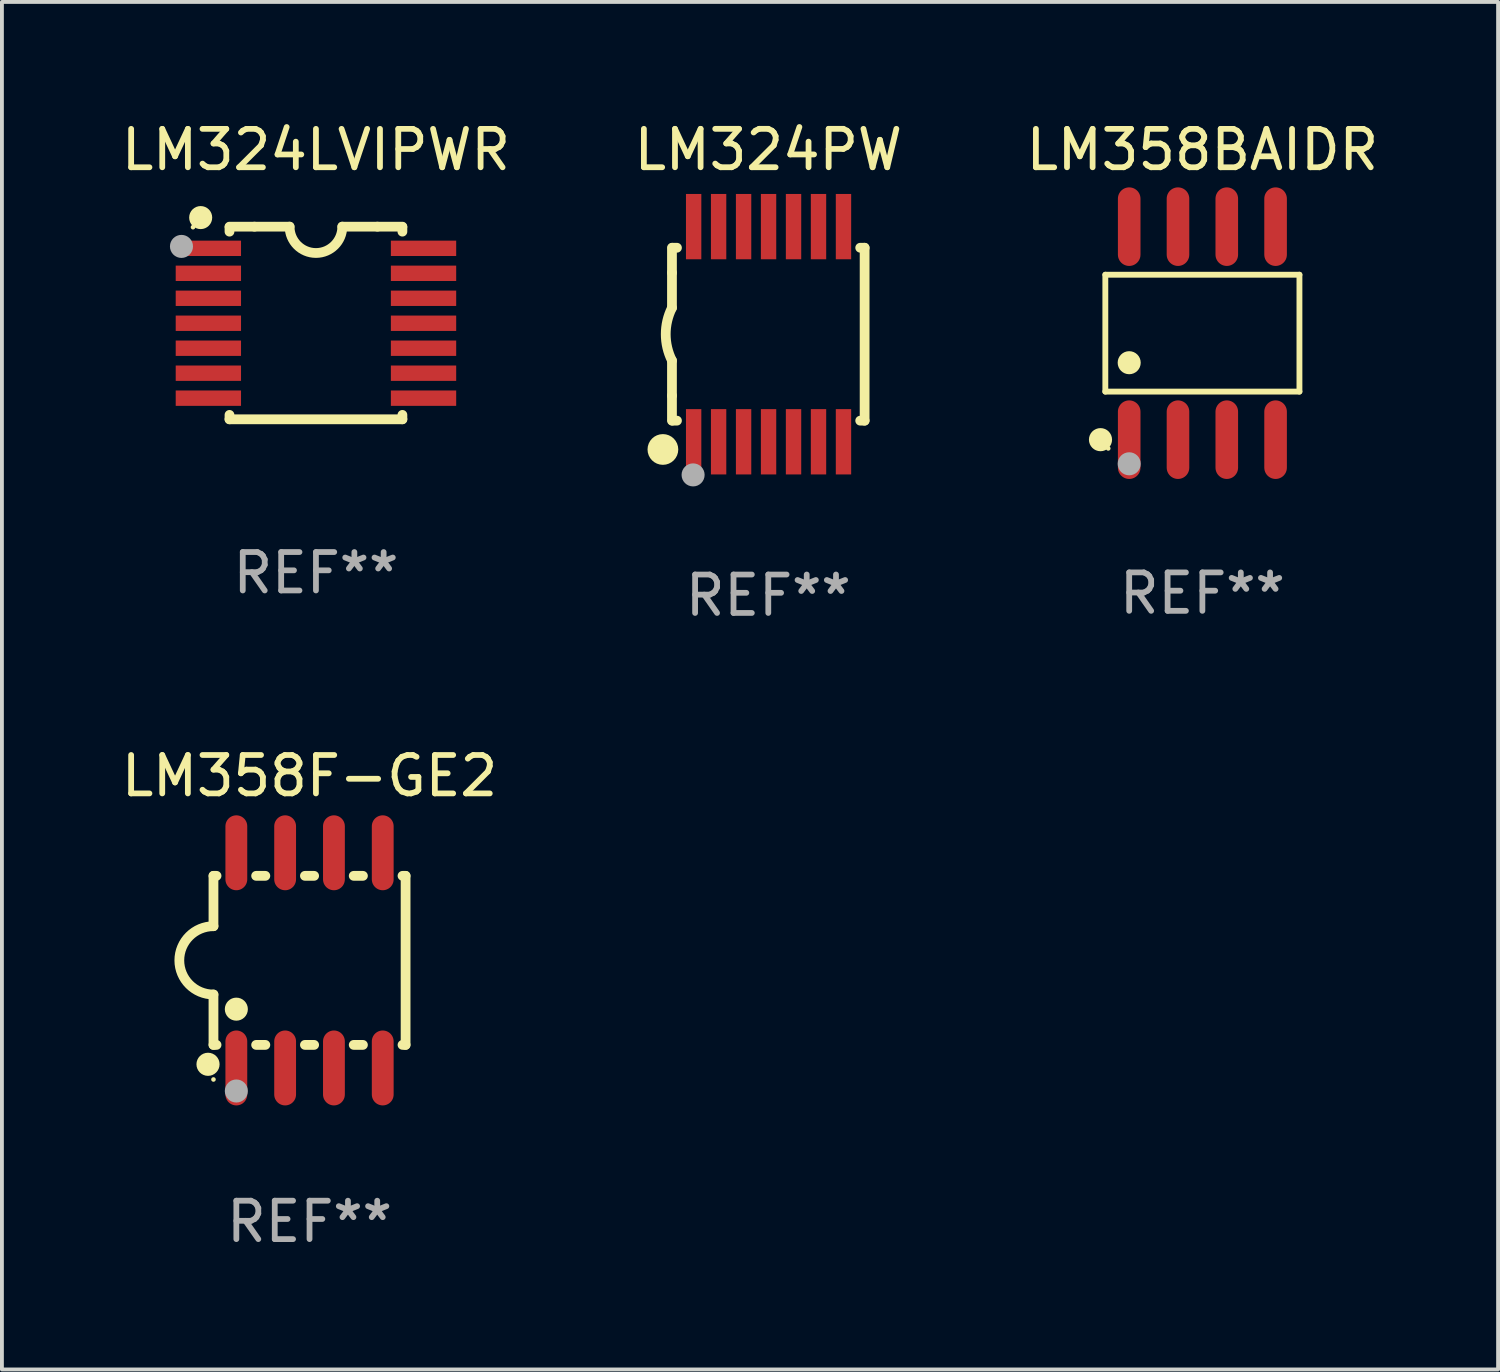
<source format=kicad_pcb>
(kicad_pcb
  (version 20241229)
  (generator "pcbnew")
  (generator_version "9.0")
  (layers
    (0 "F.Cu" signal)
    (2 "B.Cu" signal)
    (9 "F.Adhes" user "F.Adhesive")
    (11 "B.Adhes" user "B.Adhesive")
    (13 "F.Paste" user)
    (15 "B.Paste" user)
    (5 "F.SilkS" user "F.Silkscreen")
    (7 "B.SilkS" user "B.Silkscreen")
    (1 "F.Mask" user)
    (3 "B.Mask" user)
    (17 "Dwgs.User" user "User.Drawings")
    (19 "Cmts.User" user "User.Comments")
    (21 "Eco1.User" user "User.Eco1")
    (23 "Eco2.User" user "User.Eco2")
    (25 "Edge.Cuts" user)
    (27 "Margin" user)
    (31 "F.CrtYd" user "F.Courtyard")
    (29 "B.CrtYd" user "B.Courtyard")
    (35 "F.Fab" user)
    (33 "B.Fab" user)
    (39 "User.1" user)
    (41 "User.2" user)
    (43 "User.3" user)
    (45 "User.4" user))
  (footprint "LM358F-GE2"
    (layer "F.Cu")
    (at 5.006 21.945)
    (property "Reference" "LM358F-GE2" (at 0 -4.8 0) (layer "F.SilkS") (effects (font (size 1 1) (thickness 0.15))))
    (attr through_hole)
    (fp_line (start -2.5 -2.2) (end -2.5 -0.889) (stroke (width 0.254) (type solid)) (layer "F.SilkS"))
    (fp_line (start -2.5 2.2) (end -2.5 0.889) (stroke (width 0.254) (type solid)) (layer "F.SilkS"))
    (fp_line (start -2.42 -2.2) (end -2.5 -2.2) (stroke (width 0.254) (type solid)) (layer "F.SilkS"))
    (fp_line (start -2.42 2.2) (end -2.5 2.2) (stroke (width 0.254) (type solid)) (layer "F.SilkS"))
    (fp_line (start -1.15 -2.2) (end -1.39 -2.2) (stroke (width 0.254) (type solid)) (layer "F.SilkS"))
    (fp_line (start -1.15 2.2) (end -1.39 2.2) (stroke (width 0.254) (type solid)) (layer "F.SilkS"))
    (fp_line (start 0.12 -2.2) (end -0.12 -2.2) (stroke (width 0.254) (type solid)) (layer "F.SilkS"))
    (fp_line (start 0.12 2.2) (end -0.12 2.2) (stroke (width 0.254) (type solid)) (layer "F.SilkS"))
    (fp_line (start 1.39 -2.2) (end 1.15 -2.2) (stroke (width 0.254) (type solid)) (layer "F.SilkS"))
    (fp_line (start 1.39 2.2) (end 1.15 2.2) (stroke (width 0.254) (type solid)) (layer "F.SilkS"))
    (fp_line (start 2.5 -2.2) (end 2.42 -2.2) (stroke (width 0.254) (type solid)) (layer "F.SilkS"))
    (fp_line (start 2.5 -2.2) (end 2.5 2.2) (stroke (width 0.254) (type solid)) (layer "F.SilkS"))
    (fp_line (start 2.5 2.2) (end 2.42 2.2) (stroke (width 0.254) (type solid)) (layer "F.SilkS"))
    (fp_arc (start -2.5 0.889002) (mid -3.388367 -0.000318) (end -2.499365 -0.889002) (stroke (width 0.254001) (type solid)) (layer "F.SilkS"))
    (fp_circle (center -2.642 2.705) (end -2.491 2.705) (stroke (width 0.3) (type solid)) (fill no) (layer "F.SilkS"))
    (fp_circle (center -2.5 3.1) (end -2.47 3.1) (stroke (width 0.06) (type solid)) (fill no) (layer "F.SilkS"))
    (fp_circle (center -1.905 1.27) (end -1.755 1.27) (stroke (width 0.3) (type solid)) (fill no) (layer "F.SilkS"))
    (fp_circle (center -1.905 3.4) (end -1.755 3.4) (stroke (width 0.3) (type solid)) (fill no) (layer "F.Fab"))
    (fp_text user "REF**" (at 0 6.8 0) (layer "F.Fab") (effects (font (size 1 1) (thickness 0.15))))
    (pad "1" smd oval (at -1.905 2.8) (size 0.568 1.95) (layers "F.Cu" "F.Mask" "F.Paste"))
    (pad "2" smd oval (at -0.635 2.8) (size 0.568 1.95) (layers "F.Cu" "F.Mask" "F.Paste"))
    (pad "3" smd oval (at 0.635 2.8) (size 0.568 1.95) (layers "F.Cu" "F.Mask" "F.Paste"))
    (pad "4" smd oval (at 1.905 2.8) (size 0.568 1.95) (layers "F.Cu" "F.Mask" "F.Paste"))
    (pad "5" smd oval (at 1.905 -2.8) (size 0.568 1.95) (layers "F.Cu" "F.Mask" "F.Paste"))
    (pad "6" smd oval (at 0.635 -2.8) (size 0.568 1.95) (layers "F.Cu" "F.Mask" "F.Paste"))
    (pad "7" smd oval (at -0.635 -2.8) (size 0.568 1.95) (layers "F.Cu" "F.Mask" "F.Paste"))
    (pad "8" smd oval (at -1.905 -2.8) (size 0.568 1.95) (layers "F.Cu" "F.Mask" "F.Paste")))
  (footprint "LM324LVIPWR"
    (layer "F.Cu")
    (at 5.173 5.356)
    (property "Reference" "LM324LVIPWR" (at 0 -4.507 0) (layer "F.SilkS") (effects (font (size 1 1) (thickness 0.15))))
    (attr through_hole)
    (fp_line (start -2.25 -2.377) (end -2.25 -2.493) (stroke (width 0.254) (type solid)) (layer "F.SilkS"))
    (fp_line (start -2.25 2.507) (end -2.25 2.392) (stroke (width 0.254) (type solid)) (layer "F.SilkS"))
    (fp_line (start -1.6 -2.507) (end -2.25 -2.507) (stroke (width 0.254) (type solid)) (layer "F.SilkS"))
    (fp_line (start -1.6 -2.507) (end -0.686 -2.507) (stroke (width 0.254) (type solid)) (layer "F.SilkS"))
    (fp_line (start 0.686 -2.507) (end 1.6 -2.507) (stroke (width 0.254) (type solid)) (layer "F.SilkS"))
    (fp_line (start 1.6 -2.507) (end 2.25 -2.507) (stroke (width 0.254) (type solid)) (layer "F.SilkS"))
    (fp_line (start 2.25 -2.493) (end 2.25 -2.377) (stroke (width 0.254) (type solid)) (layer "F.SilkS"))
    (fp_line (start 2.25 2.392) (end 2.25 2.507) (stroke (width 0.254) (type solid)) (layer "F.SilkS"))
    (fp_line (start 2.25 2.507) (end -2.25 2.507) (stroke (width 0.254) (type solid)) (layer "F.SilkS"))
    (fp_arc (start 0.685852 -2.507303) (mid 0.000051 -1.821502) (end -0.68575 -2.507303) (stroke (width 0.254001) (type solid)) (layer "F.SilkS"))
    (fp_circle (center -3.2 -2.493) (end -3.17 -2.493) (stroke (width 0.06) (type solid)) (fill no) (layer "F.SilkS"))
    (fp_circle (center -3 -2.743) (end -2.85 -2.743) (stroke (width 0.3) (type solid)) (fill no) (layer "F.SilkS"))
    (fp_circle (center -3.5 -1.993) (end -3.35 -1.993) (stroke (width 0.3) (type solid)) (fill no) (layer "F.Fab"))
    (fp_text user "REF**" (at 0 6.507 0) (layer "F.Fab") (effects (font (size 1 1) (thickness 0.15))))
    (pad "1" smd rect (at -2.8 -1.943) (size 1.7 0.4) (layers "F.Cu" "F.Mask" "F.Paste"))
    (pad "2" smd rect (at -2.8 -1.293) (size 1.7 0.4) (layers "F.Cu" "F.Mask" "F.Paste"))
    (pad "3" smd rect (at -2.8 -0.643) (size 1.7 0.4) (layers "F.Cu" "F.Mask" "F.Paste"))
    (pad "4" smd rect (at -2.8 0.007) (size 1.7 0.4) (layers "F.Cu" "F.Mask" "F.Paste"))
    (pad "5" smd rect (at -2.8 0.657) (size 1.7 0.4) (layers "F.Cu" "F.Mask" "F.Paste"))
    (pad "6" smd rect (at -2.8 1.307) (size 1.7 0.4) (layers "F.Cu" "F.Mask" "F.Paste"))
    (pad "7" smd rect (at -2.8 1.957) (size 1.7 0.4) (layers "F.Cu" "F.Mask" "F.Paste"))
    (pad "8" smd rect (at 2.8 1.957) (size 1.7 0.4) (layers "F.Cu" "F.Mask" "F.Paste"))
    (pad "9" smd rect (at 2.8 1.307) (size 1.7 0.4) (layers "F.Cu" "F.Mask" "F.Paste"))
    (pad "10" smd rect (at 2.8 0.657) (size 1.7 0.4) (layers "F.Cu" "F.Mask" "F.Paste"))
    (pad "11" smd rect (at 2.8 0.007) (size 1.7 0.4) (layers "F.Cu" "F.Mask" "F.Paste"))
    (pad "12" smd rect (at 2.8 -0.643) (size 1.7 0.4) (layers "F.Cu" "F.Mask" "F.Paste"))
    (pad "13" smd rect (at 2.8 -1.293) (size 1.7 0.4) (layers "F.Cu" "F.Mask" "F.Paste"))
    (pad "14" smd rect (at 2.8 -1.943) (size 1.7 0.4) (layers "F.Cu" "F.Mask" "F.Paste")))
  (footprint "LM324PW"
    (layer "F.Cu")
    (at 16.946 5.648)
    (property "Reference" "LM324PW" (at 0 -4.8 0) (layer "F.SilkS") (effects (font (size 1 1) (thickness 0.15))))
    (attr through_hole)
    (fp_line (start -2.507 -1.6) (end -2.507 -2.25) (stroke (width 0.254) (type solid)) (layer "F.SilkS"))
    (fp_line (start -2.507 -0.686) (end -2.507 -1.6) (stroke (width 0.254) (type solid)) (layer "F.SilkS"))
    (fp_line (start -2.507 1.6) (end -2.507 0.686) (stroke (width 0.254) (type solid)) (layer "F.SilkS"))
    (fp_line (start -2.507 1.6) (end -2.507 2.25) (stroke (width 0.254) (type solid)) (layer "F.SilkS"))
    (fp_line (start -2.493 -2.25) (end -2.377 -2.25) (stroke (width 0.254) (type solid)) (layer "F.SilkS"))
    (fp_line (start -2.377 2.25) (end -2.493 2.25) (stroke (width 0.254) (type solid)) (layer "F.SilkS"))
    (fp_line (start 2.392 -2.25) (end 2.507 -2.25) (stroke (width 0.254) (type solid)) (layer "F.SilkS"))
    (fp_line (start 2.507 -2.25) (end 2.507 2.25) (stroke (width 0.254) (type solid)) (layer "F.SilkS"))
    (fp_line (start 2.507 2.25) (end 2.392 2.25) (stroke (width 0.254) (type solid)) (layer "F.SilkS"))
    (fp_arc (start -2.507303 0.685802) (mid -2.669199 0) (end -2.507303 -0.685801) (stroke (width 0.254001) (type solid)) (layer "F.SilkS"))
    (fp_circle (center -2.743 3) (end -2.543 3) (stroke (width 0.4) (type solid)) (fill no) (layer "F.SilkS"))
    (fp_circle (center -2.493 3.2) (end -2.463 3.2) (stroke (width 0.06) (type solid)) (fill no) (layer "F.SilkS"))
    (fp_circle (center -1.957 3.662) (end -1.807 3.662) (stroke (width 0.3) (type solid)) (fill no) (layer "F.Fab"))
    (fp_text user "REF**" (at 0 6.8 0) (layer "F.Fab") (effects (font (size 1 1) (thickness 0.15))))
    (pad "1" smd rect (at -1.943 2.8) (size 0.4 1.7) (layers "F.Cu" "F.Mask" "F.Paste"))
    (pad "2" smd rect (at -1.293 2.8) (size 0.4 1.7) (layers "F.Cu" "F.Mask" "F.Paste"))
    (pad "3" smd rect (at -0.643 2.8) (size 0.4 1.7) (layers "F.Cu" "F.Mask" "F.Paste"))
    (pad "4" smd rect (at 0.007 2.8) (size 0.4 1.7) (layers "F.Cu" "F.Mask" "F.Paste"))
    (pad "5" smd rect (at 0.657 2.8) (size 0.4 1.7) (layers "F.Cu" "F.Mask" "F.Paste"))
    (pad "6" smd rect (at 1.307 2.8) (size 0.4 1.7) (layers "F.Cu" "F.Mask" "F.Paste"))
    (pad "7" smd rect (at 1.957 2.8) (size 0.4 1.7) (layers "F.Cu" "F.Mask" "F.Paste"))
    (pad "8" smd rect (at 1.957 -2.8) (size 0.4 1.7) (layers "F.Cu" "F.Mask" "F.Paste"))
    (pad "9" smd rect (at 1.307 -2.8) (size 0.4 1.7) (layers "F.Cu" "F.Mask" "F.Paste"))
    (pad "10" smd rect (at 0.657 -2.8) (size 0.4 1.7) (layers "F.Cu" "F.Mask" "F.Paste"))
    (pad "11" smd rect (at 0.007 -2.8) (size 0.4 1.7) (layers "F.Cu" "F.Mask" "F.Paste"))
    (pad "12" smd rect (at -0.643 -2.8) (size 0.4 1.7) (layers "F.Cu" "F.Mask" "F.Paste"))
    (pad "13" smd rect (at -1.293 -2.8) (size 0.4 1.7) (layers "F.Cu" "F.Mask" "F.Paste"))
    (pad "14" smd rect (at -1.943 -2.8) (size 0.4 1.7) (layers "F.Cu" "F.Mask" "F.Paste")))
  (footprint "LM358BAIDR"
    (layer "F.Cu")
    (at 28.244 5.621)
    (property "Reference" "LM358BAIDR" (at 0 -4.772 0) (layer "F.SilkS") (effects (font (size 1 1) (thickness 0.15))))
    (attr through_hole)
    (fp_line (start -2.526 -1.521) (end 2.526 -1.521) (stroke (width 0.152) (type solid)) (layer "F.SilkS"))
    (fp_line (start -2.526 1.521) (end -2.526 -1.521) (stroke (width 0.152) (type solid)) (layer "F.SilkS"))
    (fp_line (start 2.526 -1.521) (end 2.526 1.521) (stroke (width 0.152) (type solid)) (layer "F.SilkS"))
    (fp_line (start 2.526 1.521) (end -2.526 1.521) (stroke (width 0.152) (type solid)) (layer "F.SilkS"))
    (fp_circle (center -2.652 2.772) (end -2.501 2.772) (stroke (width 0.3) (type solid)) (fill no) (layer "F.SilkS"))
    (fp_circle (center -2.45 3) (end -2.42 3) (stroke (width 0.06) (type solid)) (fill no) (layer "F.SilkS"))
    (fp_circle (center -1.905 0.769) (end -1.755 0.769) (stroke (width 0.3) (type solid)) (fill no) (layer "F.SilkS"))
    (fp_circle (center -1.905 3.4) (end -1.755 3.4) (stroke (width 0.3) (type solid)) (fill no) (layer "F.Fab"))
    (fp_text user "REF**" (at 0 6.772 0) (layer "F.Fab") (effects (font (size 1 1) (thickness 0.15))))
    (pad "1" smd oval (at -1.905 2.772) (size 0.588 2.045) (layers "F.Cu" "F.Mask" "F.Paste"))
    (pad "2" smd oval (at -0.635 2.772) (size 0.588 2.045) (layers "F.Cu" "F.Mask" "F.Paste"))
    (pad "3" smd oval (at 0.635 2.772) (size 0.588 2.045) (layers "F.Cu" "F.Mask" "F.Paste"))
    (pad "4" smd oval (at 1.905 2.772) (size 0.588 2.045) (layers "F.Cu" "F.Mask" "F.Paste"))
    (pad "5" smd oval (at 1.905 -2.772) (size 0.588 2.045) (layers "F.Cu" "F.Mask" "F.Paste"))
    (pad "6" smd oval (at 0.635 -2.772) (size 0.588 2.045) (layers "F.Cu" "F.Mask" "F.Paste"))
    (pad "7" smd oval (at -0.635 -2.772) (size 0.588 2.045) (layers "F.Cu" "F.Mask" "F.Paste"))
    (pad "8" smd oval (at -1.905 -2.772) (size 0.588 2.045) (layers "F.Cu" "F.Mask" "F.Paste")))
  (gr_rect
    (start -3 -3)
    (end 35.94 32.593)
    (stroke (width 0.1) (type default))
    (fill no)
    (layer "Edge.Cuts")))
</source>
